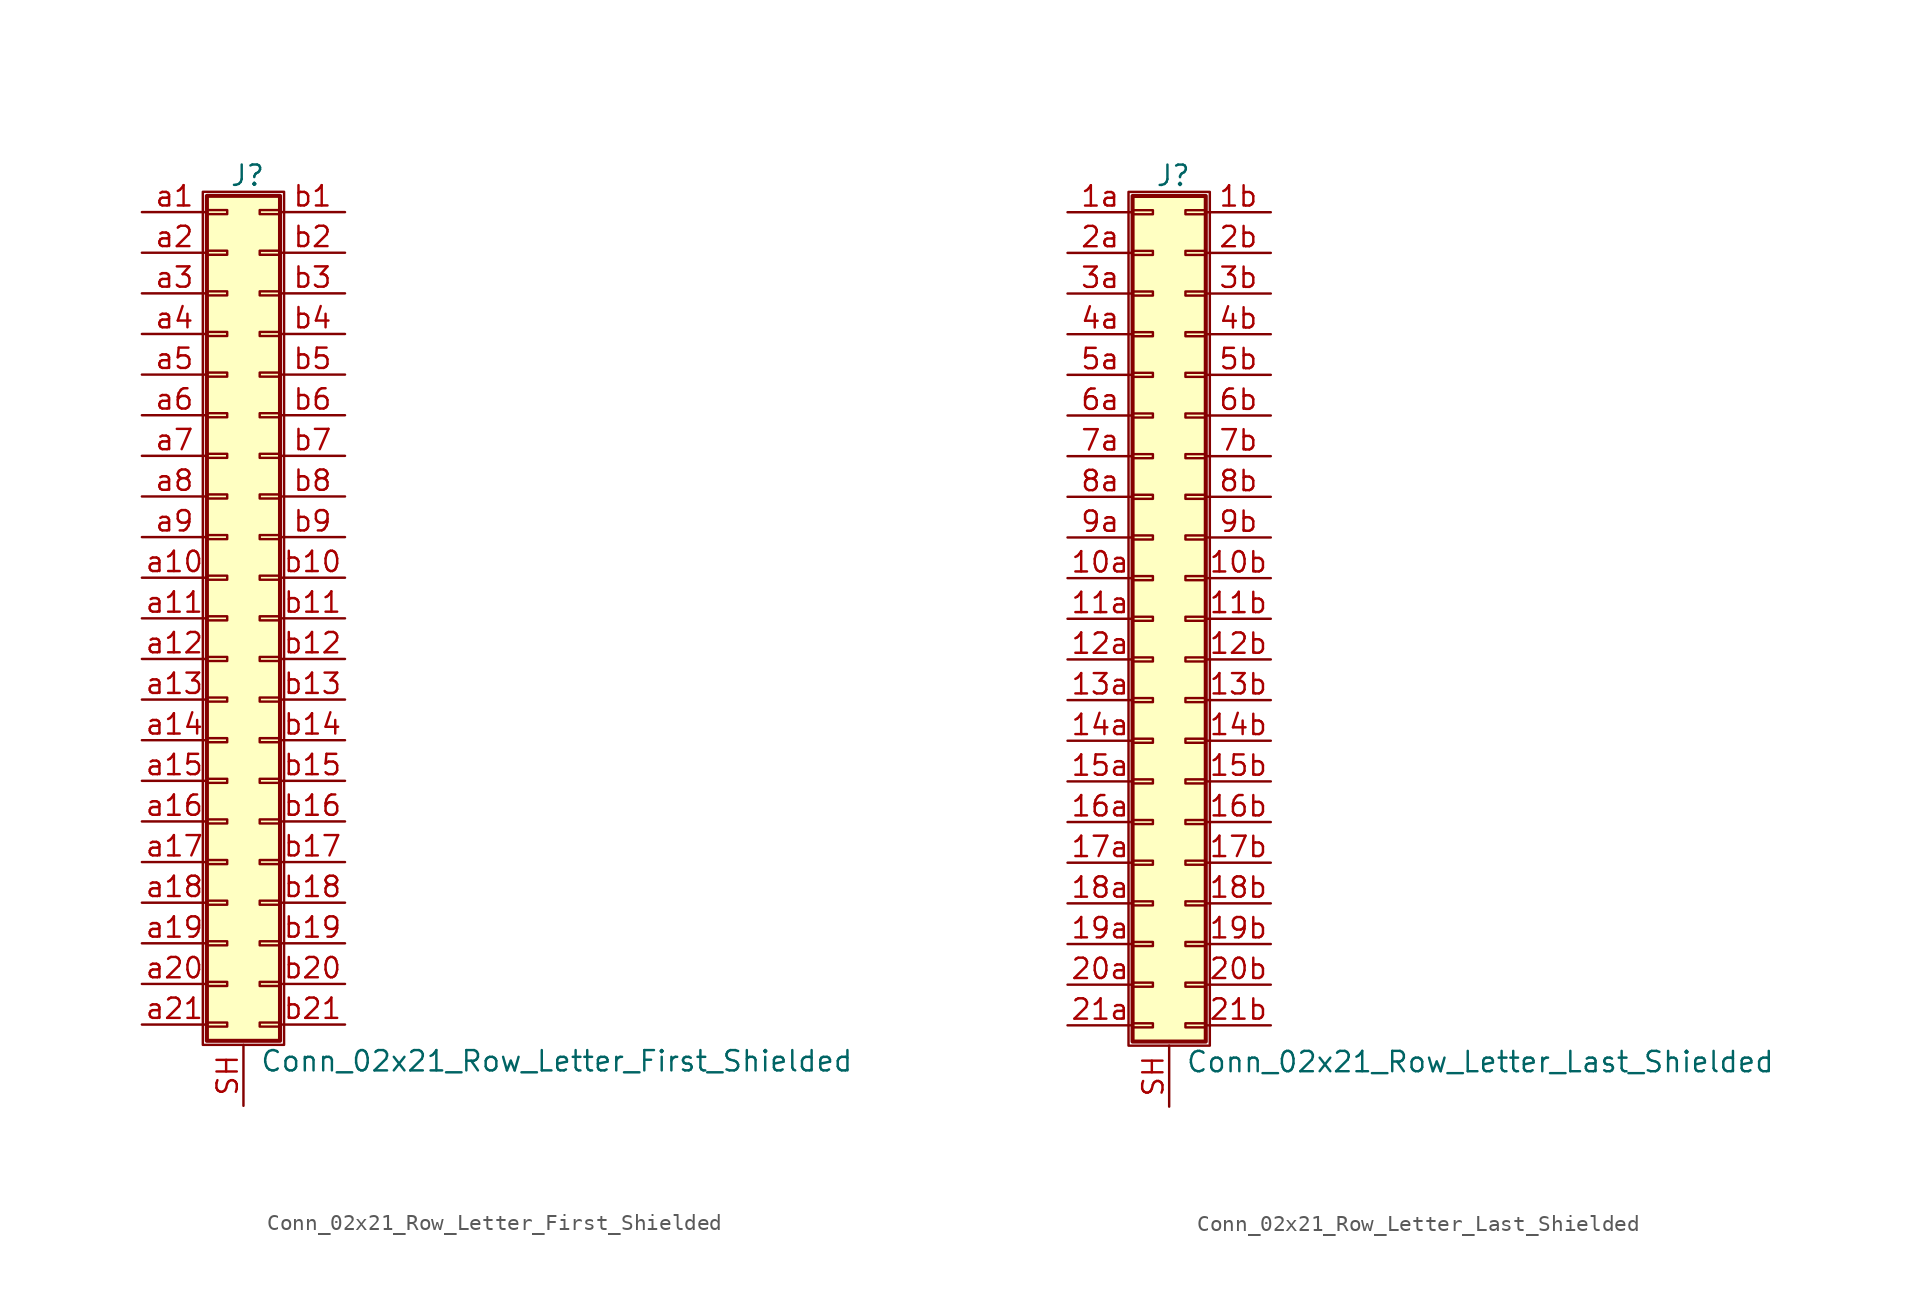
<source format=kicad_sym>
(kicad_symbol_lib
  (version 20201005)
  (generator kicad_symbol_editor)
  (symbol "Connector_Generic_Shielded:Conn_02x21_Row_Letter_First_Shielded"
    (pin_names
      (offset 1.016) hide)
    (property "Reference" "J"
      (at 1.524 27.686 0)
      (effects (font (size 1.27 1.27))))
    (property "Value" "Conn_02x21_Row_Letter_First_Shielded"
      (at 2.286 -27.686 0)
      (effects (font (size 1.27 1.27)) (justify left)))
    (symbol "Conn_02x21_Row_Letter_First_Shielded_1_1"
      (rectangle (start -1.016 -4.953) (end 0.254 -5.207) (stroke (width 0.152)) (fill (type none)))
      (rectangle (start -1.016 -7.493) (end 0.254 -7.747) (stroke (width 0.152)) (fill (type none)))
      (rectangle (start -1.016 -10.033) (end 0.254 -10.287) (stroke (width 0.152)) (fill (type none)))
      (rectangle (start -1.016 -12.573) (end 0.254 -12.827) (stroke (width 0.152)) (fill (type none)))
      (rectangle (start -1.016 -15.113) (end 0.254 -15.367) (stroke (width 0.152)) (fill (type none)))
      (rectangle (start -1.016 -17.653) (end 0.254 -17.907) (stroke (width 0.152)) (fill (type none)))
      (rectangle (start -1.016 -20.193) (end 0.254 -20.447) (stroke (width 0.152)) (fill (type none)))
      (rectangle (start -1.016 -22.733) (end 0.254 -22.987) (stroke (width 0.152)) (fill (type none)))
      (rectangle (start -1.016 -2.413) (end 0.254 -2.667) (stroke (width 0.152)) (fill (type none)))
      (rectangle (start -1.016 -25.273) (end 0.254 -25.527) (stroke (width 0.152)) (fill (type none)))
      (rectangle (start -1.016 25.527) (end 0.254 25.273) (stroke (width 0.152)) (fill (type none)))
      (rectangle (start -1.016 26.416) (end 3.556 -26.416) (stroke (width 0.254)) (fill (type background)))
      (rectangle (start -1.016 2.667) (end 0.254 2.413) (stroke (width 0.152)) (fill (type none)))
      (rectangle (start -1.016 5.207) (end 0.254 4.953) (stroke (width 0.152)) (fill (type none)))
      (rectangle (start -1.016 7.747) (end 0.254 7.493) (stroke (width 0.152)) (fill (type none)))
      (rectangle (start -1.016 10.287) (end 0.254 10.033) (stroke (width 0.152)) (fill (type none)))
      (rectangle (start -1.016 0.127) (end 0.254 -0.127) (stroke (width 0.152)) (fill (type none)))
      (rectangle (start -1.016 12.827) (end 0.254 12.573) (stroke (width 0.152)) (fill (type none)))
      (rectangle (start -1.016 15.367) (end 0.254 15.113) (stroke (width 0.152)) (fill (type none)))
      (rectangle (start -1.016 17.907) (end 0.254 17.653) (stroke (width 0.152)) (fill (type none)))
      (rectangle (start -1.016 20.447) (end 0.254 20.193) (stroke (width 0.152)) (fill (type none)))
      (rectangle (start -1.016 22.987) (end 0.254 22.733) (stroke (width 0.152)) (fill (type none)))
      (rectangle (start -1.27 26.67) (end 3.81 -26.67) (stroke (width 0.152)) (fill (type none)))
      (rectangle (start 3.556 -4.953) (end 2.286 -5.207) (stroke (width 0.152)) (fill (type none)))
      (rectangle (start 3.556 -7.493) (end 2.286 -7.747) (stroke (width 0.152)) (fill (type none)))
      (rectangle (start 3.556 -10.033) (end 2.286 -10.287) (stroke (width 0.152)) (fill (type none)))
      (rectangle (start 3.556 -12.573) (end 2.286 -12.827) (stroke (width 0.152)) (fill (type none)))
      (rectangle (start 3.556 -15.113) (end 2.286 -15.367) (stroke (width 0.152)) (fill (type none)))
      (rectangle (start 3.556 -17.653) (end 2.286 -17.907) (stroke (width 0.152)) (fill (type none)))
      (rectangle (start 3.556 -20.193) (end 2.286 -20.447) (stroke (width 0.152)) (fill (type none)))
      (rectangle (start 3.556 -22.733) (end 2.286 -22.987) (stroke (width 0.152)) (fill (type none)))
      (rectangle (start 3.556 -2.413) (end 2.286 -2.667) (stroke (width 0.152)) (fill (type none)))
      (rectangle (start 3.556 -25.273) (end 2.286 -25.527) (stroke (width 0.152)) (fill (type none)))
      (rectangle (start 3.556 25.527) (end 2.286 25.273) (stroke (width 0.152)) (fill (type none)))
      (rectangle (start 3.556 2.667) (end 2.286 2.413) (stroke (width 0.152)) (fill (type none)))
      (rectangle (start 3.556 5.207) (end 2.286 4.953) (stroke (width 0.152)) (fill (type none)))
      (rectangle (start 3.556 7.747) (end 2.286 7.493) (stroke (width 0.152)) (fill (type none)))
      (rectangle (start 3.556 10.287) (end 2.286 10.033) (stroke (width 0.152)) (fill (type none)))
      (rectangle (start 3.556 0.127) (end 2.286 -0.127) (stroke (width 0.152)) (fill (type none)))
      (rectangle (start 3.556 12.827) (end 2.286 12.573) (stroke (width 0.152)) (fill (type none)))
      (rectangle (start 3.556 15.367) (end 2.286 15.113) (stroke (width 0.152)) (fill (type none)))
      (rectangle (start 3.556 17.907) (end 2.286 17.653) (stroke (width 0.152)) (fill (type none)))
      (rectangle (start 3.556 20.447) (end 2.286 20.193) (stroke (width 0.152)) (fill (type none)))
      (rectangle (start 3.556 22.987) (end 2.286 22.733) (stroke (width 0.152)) (fill (type none)))
      (pin passive line (at -5.08 25.4 0) (length 4.064) (name "Pin_a1" (effects (font (size 1.27 1.27)))) (number "a1" (effects (font (size 1.27 1.27)))))
      (pin passive line (at -5.08 2.54 0) (length 4.064) (name "Pin_a10" (effects (font (size 1.27 1.27)))) (number "a10" (effects (font (size 1.27 1.27)))))
      (pin passive line (at -5.08 0 0) (length 4.064) (name "Pin_a11" (effects (font (size 1.27 1.27)))) (number "a11" (effects (font (size 1.27 1.27)))))
      (pin passive line (at -5.08 -2.54 0) (length 4.064) (name "Pin_a12" (effects (font (size 1.27 1.27)))) (number "a12" (effects (font (size 1.27 1.27)))))
      (pin passive line (at -5.08 -5.08 0) (length 4.064) (name "Pin_a13" (effects (font (size 1.27 1.27)))) (number "a13" (effects (font (size 1.27 1.27)))))
      (pin passive line (at -5.08 -7.62 0) (length 4.064) (name "Pin_a14" (effects (font (size 1.27 1.27)))) (number "a14" (effects (font (size 1.27 1.27)))))
      (pin passive line (at -5.08 -10.16 0) (length 4.064) (name "Pin_a15" (effects (font (size 1.27 1.27)))) (number "a15" (effects (font (size 1.27 1.27)))))
      (pin passive line (at -5.08 -12.7 0) (length 4.064) (name "Pin_a16" (effects (font (size 1.27 1.27)))) (number "a16" (effects (font (size 1.27 1.27)))))
      (pin passive line (at -5.08 -15.24 0) (length 4.064) (name "Pin_a17" (effects (font (size 1.27 1.27)))) (number "a17" (effects (font (size 1.27 1.27)))))
      (pin passive line (at -5.08 -17.78 0) (length 4.064) (name "Pin_a18" (effects (font (size 1.27 1.27)))) (number "a18" (effects (font (size 1.27 1.27)))))
      (pin passive line (at -5.08 -20.32 0) (length 4.064) (name "Pin_a19" (effects (font (size 1.27 1.27)))) (number "a19" (effects (font (size 1.27 1.27)))))
      (pin passive line (at -5.08 22.86 0) (length 4.064) (name "Pin_a2" (effects (font (size 1.27 1.27)))) (number "a2" (effects (font (size 1.27 1.27)))))
      (pin passive line (at -5.08 -22.86 0) (length 4.064) (name "Pin_a20" (effects (font (size 1.27 1.27)))) (number "a20" (effects (font (size 1.27 1.27)))))
      (pin passive line (at -5.08 -25.4 0) (length 4.064) (name "Pin_a21" (effects (font (size 1.27 1.27)))) (number "a21" (effects (font (size 1.27 1.27)))))
      (pin passive line (at -5.08 20.32 0) (length 4.064) (name "Pin_a3" (effects (font (size 1.27 1.27)))) (number "a3" (effects (font (size 1.27 1.27)))))
      (pin passive line (at -5.08 17.78 0) (length 4.064) (name "Pin_a4" (effects (font (size 1.27 1.27)))) (number "a4" (effects (font (size 1.27 1.27)))))
      (pin passive line (at -5.08 15.24 0) (length 4.064) (name "Pin_a5" (effects (font (size 1.27 1.27)))) (number "a5" (effects (font (size 1.27 1.27)))))
      (pin passive line (at -5.08 12.7 0) (length 4.064) (name "Pin_a6" (effects (font (size 1.27 1.27)))) (number "a6" (effects (font (size 1.27 1.27)))))
      (pin passive line (at -5.08 10.16 0) (length 4.064) (name "Pin_a7" (effects (font (size 1.27 1.27)))) (number "a7" (effects (font (size 1.27 1.27)))))
      (pin passive line (at -5.08 7.62 0) (length 4.064) (name "Pin_a8" (effects (font (size 1.27 1.27)))) (number "a8" (effects (font (size 1.27 1.27)))))
      (pin passive line (at -5.08 5.08 0) (length 4.064) (name "Pin_a9" (effects (font (size 1.27 1.27)))) (number "a9" (effects (font (size 1.27 1.27)))))
      (pin passive line (at 7.62 25.4 180) (length 4.064) (name "Pin_b1" (effects (font (size 1.27 1.27)))) (number "b1" (effects (font (size 1.27 1.27)))))
      (pin passive line (at 7.62 2.54 180) (length 4.064) (name "Pin_b10" (effects (font (size 1.27 1.27)))) (number "b10" (effects (font (size 1.27 1.27)))))
      (pin passive line (at 7.62 0 180) (length 4.064) (name "Pin_b11" (effects (font (size 1.27 1.27)))) (number "b11" (effects (font (size 1.27 1.27)))))
      (pin passive line (at 7.62 -2.54 180) (length 4.064) (name "Pin_b12" (effects (font (size 1.27 1.27)))) (number "b12" (effects (font (size 1.27 1.27)))))
      (pin passive line (at 7.62 -5.08 180) (length 4.064) (name "Pin_b13" (effects (font (size 1.27 1.27)))) (number "b13" (effects (font (size 1.27 1.27)))))
      (pin passive line (at 7.62 -7.62 180) (length 4.064) (name "Pin_b14" (effects (font (size 1.27 1.27)))) (number "b14" (effects (font (size 1.27 1.27)))))
      (pin passive line (at 7.62 -10.16 180) (length 4.064) (name "Pin_b15" (effects (font (size 1.27 1.27)))) (number "b15" (effects (font (size 1.27 1.27)))))
      (pin passive line (at 7.62 -12.7 180) (length 4.064) (name "Pin_b16" (effects (font (size 1.27 1.27)))) (number "b16" (effects (font (size 1.27 1.27)))))
      (pin passive line (at 7.62 -15.24 180) (length 4.064) (name "Pin_b17" (effects (font (size 1.27 1.27)))) (number "b17" (effects (font (size 1.27 1.27)))))
      (pin passive line (at 7.62 -17.78 180) (length 4.064) (name "Pin_b18" (effects (font (size 1.27 1.27)))) (number "b18" (effects (font (size 1.27 1.27)))))
      (pin passive line (at 7.62 -20.32 180) (length 4.064) (name "Pin_b19" (effects (font (size 1.27 1.27)))) (number "b19" (effects (font (size 1.27 1.27)))))
      (pin passive line (at 7.62 22.86 180) (length 4.064) (name "Pin_b2" (effects (font (size 1.27 1.27)))) (number "b2" (effects (font (size 1.27 1.27)))))
      (pin passive line (at 7.62 -22.86 180) (length 4.064) (name "Pin_b20" (effects (font (size 1.27 1.27)))) (number "b20" (effects (font (size 1.27 1.27)))))
      (pin passive line (at 7.62 -25.4 180) (length 4.064) (name "Pin_b21" (effects (font (size 1.27 1.27)))) (number "b21" (effects (font (size 1.27 1.27)))))
      (pin passive line (at 7.62 20.32 180) (length 4.064) (name "Pin_b3" (effects (font (size 1.27 1.27)))) (number "b3" (effects (font (size 1.27 1.27)))))
      (pin passive line (at 7.62 17.78 180) (length 4.064) (name "Pin_b4" (effects (font (size 1.27 1.27)))) (number "b4" (effects (font (size 1.27 1.27)))))
      (pin passive line (at 7.62 15.24 180) (length 4.064) (name "Pin_b5" (effects (font (size 1.27 1.27)))) (number "b5" (effects (font (size 1.27 1.27)))))
      (pin passive line (at 7.62 12.7 180) (length 4.064) (name "Pin_b6" (effects (font (size 1.27 1.27)))) (number "b6" (effects (font (size 1.27 1.27)))))
      (pin passive line (at 7.62 10.16 180) (length 4.064) (name "Pin_b7" (effects (font (size 1.27 1.27)))) (number "b7" (effects (font (size 1.27 1.27)))))
      (pin passive line (at 7.62 7.62 180) (length 4.064) (name "Pin_b8" (effects (font (size 1.27 1.27)))) (number "b8" (effects (font (size 1.27 1.27)))))
      (pin passive line (at 7.62 5.08 180) (length 4.064) (name "Pin_b9" (effects (font (size 1.27 1.27)))) (number "b9" (effects (font (size 1.27 1.27)))))
      (pin passive line (at 1.27 -30.48 90) (length 3.81) (name "Shield" (effects (font (size 1.27 1.27)))) (number "SH" (effects (font (size 1.27 1.27)))))))
  (symbol "Connector_Generic_Shielded:Conn_02x21_Row_Letter_Last_Shielded"
    (pin_names
      (offset 1.016) hide)
    (property "Reference" "J"
      (at 1.524 27.686 0)
      (effects (font (size 1.27 1.27))))
    (property "Value" "Conn_02x21_Row_Letter_Last_Shielded"
      (at 2.286 -27.686 0)
      (effects (font (size 1.27 1.27)) (justify left)))
    (symbol "Conn_02x21_Row_Letter_Last_Shielded_1_1"
      (rectangle (start -1.016 -4.953) (end 0.254 -5.207) (stroke (width 0.152)) (fill (type none)))
      (rectangle (start -1.016 -7.493) (end 0.254 -7.747) (stroke (width 0.152)) (fill (type none)))
      (rectangle (start -1.016 -10.033) (end 0.254 -10.287) (stroke (width 0.152)) (fill (type none)))
      (rectangle (start -1.016 -12.573) (end 0.254 -12.827) (stroke (width 0.152)) (fill (type none)))
      (rectangle (start -1.016 -15.113) (end 0.254 -15.367) (stroke (width 0.152)) (fill (type none)))
      (rectangle (start -1.016 -17.653) (end 0.254 -17.907) (stroke (width 0.152)) (fill (type none)))
      (rectangle (start -1.016 -20.193) (end 0.254 -20.447) (stroke (width 0.152)) (fill (type none)))
      (rectangle (start -1.016 -22.733) (end 0.254 -22.987) (stroke (width 0.152)) (fill (type none)))
      (rectangle (start -1.016 -2.413) (end 0.254 -2.667) (stroke (width 0.152)) (fill (type none)))
      (rectangle (start -1.016 -25.273) (end 0.254 -25.527) (stroke (width 0.152)) (fill (type none)))
      (rectangle (start -1.016 25.527) (end 0.254 25.273) (stroke (width 0.152)) (fill (type none)))
      (rectangle (start -1.016 26.416) (end 3.556 -26.416) (stroke (width 0.254)) (fill (type background)))
      (rectangle (start -1.016 2.667) (end 0.254 2.413) (stroke (width 0.152)) (fill (type none)))
      (rectangle (start -1.016 5.207) (end 0.254 4.953) (stroke (width 0.152)) (fill (type none)))
      (rectangle (start -1.016 7.747) (end 0.254 7.493) (stroke (width 0.152)) (fill (type none)))
      (rectangle (start -1.016 10.287) (end 0.254 10.033) (stroke (width 0.152)) (fill (type none)))
      (rectangle (start -1.016 0.127) (end 0.254 -0.127) (stroke (width 0.152)) (fill (type none)))
      (rectangle (start -1.016 12.827) (end 0.254 12.573) (stroke (width 0.152)) (fill (type none)))
      (rectangle (start -1.016 15.367) (end 0.254 15.113) (stroke (width 0.152)) (fill (type none)))
      (rectangle (start -1.016 17.907) (end 0.254 17.653) (stroke (width 0.152)) (fill (type none)))
      (rectangle (start -1.016 20.447) (end 0.254 20.193) (stroke (width 0.152)) (fill (type none)))
      (rectangle (start -1.016 22.987) (end 0.254 22.733) (stroke (width 0.152)) (fill (type none)))
      (rectangle (start -1.27 26.67) (end 3.81 -26.67) (stroke (width 0.152)) (fill (type none)))
      (rectangle (start 3.556 -4.953) (end 2.286 -5.207) (stroke (width 0.152)) (fill (type none)))
      (rectangle (start 3.556 -7.493) (end 2.286 -7.747) (stroke (width 0.152)) (fill (type none)))
      (rectangle (start 3.556 -10.033) (end 2.286 -10.287) (stroke (width 0.152)) (fill (type none)))
      (rectangle (start 3.556 -12.573) (end 2.286 -12.827) (stroke (width 0.152)) (fill (type none)))
      (rectangle (start 3.556 -15.113) (end 2.286 -15.367) (stroke (width 0.152)) (fill (type none)))
      (rectangle (start 3.556 -17.653) (end 2.286 -17.907) (stroke (width 0.152)) (fill (type none)))
      (rectangle (start 3.556 -20.193) (end 2.286 -20.447) (stroke (width 0.152)) (fill (type none)))
      (rectangle (start 3.556 -22.733) (end 2.286 -22.987) (stroke (width 0.152)) (fill (type none)))
      (rectangle (start 3.556 -2.413) (end 2.286 -2.667) (stroke (width 0.152)) (fill (type none)))
      (rectangle (start 3.556 -25.273) (end 2.286 -25.527) (stroke (width 0.152)) (fill (type none)))
      (rectangle (start 3.556 25.527) (end 2.286 25.273) (stroke (width 0.152)) (fill (type none)))
      (rectangle (start 3.556 2.667) (end 2.286 2.413) (stroke (width 0.152)) (fill (type none)))
      (rectangle (start 3.556 5.207) (end 2.286 4.953) (stroke (width 0.152)) (fill (type none)))
      (rectangle (start 3.556 7.747) (end 2.286 7.493) (stroke (width 0.152)) (fill (type none)))
      (rectangle (start 3.556 10.287) (end 2.286 10.033) (stroke (width 0.152)) (fill (type none)))
      (rectangle (start 3.556 0.127) (end 2.286 -0.127) (stroke (width 0.152)) (fill (type none)))
      (rectangle (start 3.556 12.827) (end 2.286 12.573) (stroke (width 0.152)) (fill (type none)))
      (rectangle (start 3.556 15.367) (end 2.286 15.113) (stroke (width 0.152)) (fill (type none)))
      (rectangle (start 3.556 17.907) (end 2.286 17.653) (stroke (width 0.152)) (fill (type none)))
      (rectangle (start 3.556 20.447) (end 2.286 20.193) (stroke (width 0.152)) (fill (type none)))
      (rectangle (start 3.556 22.987) (end 2.286 22.733) (stroke (width 0.152)) (fill (type none)))
      (pin passive line (at -5.08 2.54 0) (length 4.064) (name "Pin_10a" (effects (font (size 1.27 1.27)))) (number "10a" (effects (font (size 1.27 1.27)))))
      (pin passive line (at 7.62 2.54 180) (length 4.064) (name "Pin_10b" (effects (font (size 1.27 1.27)))) (number "10b" (effects (font (size 1.27 1.27)))))
      (pin passive line (at -5.08 0 0) (length 4.064) (name "Pin_11a" (effects (font (size 1.27 1.27)))) (number "11a" (effects (font (size 1.27 1.27)))))
      (pin passive line (at 7.62 0 180) (length 4.064) (name "Pin_11b" (effects (font (size 1.27 1.27)))) (number "11b" (effects (font (size 1.27 1.27)))))
      (pin passive line (at -5.08 -2.54 0) (length 4.064) (name "Pin_12a" (effects (font (size 1.27 1.27)))) (number "12a" (effects (font (size 1.27 1.27)))))
      (pin passive line (at 7.62 -2.54 180) (length 4.064) (name "Pin_12b" (effects (font (size 1.27 1.27)))) (number "12b" (effects (font (size 1.27 1.27)))))
      (pin passive line (at -5.08 -5.08 0) (length 4.064) (name "Pin_13a" (effects (font (size 1.27 1.27)))) (number "13a" (effects (font (size 1.27 1.27)))))
      (pin passive line (at 7.62 -5.08 180) (length 4.064) (name "Pin_13b" (effects (font (size 1.27 1.27)))) (number "13b" (effects (font (size 1.27 1.27)))))
      (pin passive line (at -5.08 -7.62 0) (length 4.064) (name "Pin_14a" (effects (font (size 1.27 1.27)))) (number "14a" (effects (font (size 1.27 1.27)))))
      (pin passive line (at 7.62 -7.62 180) (length 4.064) (name "Pin_14b" (effects (font (size 1.27 1.27)))) (number "14b" (effects (font (size 1.27 1.27)))))
      (pin passive line (at -5.08 -10.16 0) (length 4.064) (name "Pin_15a" (effects (font (size 1.27 1.27)))) (number "15a" (effects (font (size 1.27 1.27)))))
      (pin passive line (at 7.62 -10.16 180) (length 4.064) (name "Pin_15b" (effects (font (size 1.27 1.27)))) (number "15b" (effects (font (size 1.27 1.27)))))
      (pin passive line (at -5.08 -12.7 0) (length 4.064) (name "Pin_16a" (effects (font (size 1.27 1.27)))) (number "16a" (effects (font (size 1.27 1.27)))))
      (pin passive line (at 7.62 -12.7 180) (length 4.064) (name "Pin_16b" (effects (font (size 1.27 1.27)))) (number "16b" (effects (font (size 1.27 1.27)))))
      (pin passive line (at -5.08 -15.24 0) (length 4.064) (name "Pin_17a" (effects (font (size 1.27 1.27)))) (number "17a" (effects (font (size 1.27 1.27)))))
      (pin passive line (at 7.62 -15.24 180) (length 4.064) (name "Pin_17b" (effects (font (size 1.27 1.27)))) (number "17b" (effects (font (size 1.27 1.27)))))
      (pin passive line (at -5.08 -17.78 0) (length 4.064) (name "Pin_18a" (effects (font (size 1.27 1.27)))) (number "18a" (effects (font (size 1.27 1.27)))))
      (pin passive line (at 7.62 -17.78 180) (length 4.064) (name "Pin_18b" (effects (font (size 1.27 1.27)))) (number "18b" (effects (font (size 1.27 1.27)))))
      (pin passive line (at -5.08 -20.32 0) (length 4.064) (name "Pin_19a" (effects (font (size 1.27 1.27)))) (number "19a" (effects (font (size 1.27 1.27)))))
      (pin passive line (at 7.62 -20.32 180) (length 4.064) (name "Pin_19b" (effects (font (size 1.27 1.27)))) (number "19b" (effects (font (size 1.27 1.27)))))
      (pin passive line (at -5.08 25.4 0) (length 4.064) (name "Pin_1a" (effects (font (size 1.27 1.27)))) (number "1a" (effects (font (size 1.27 1.27)))))
      (pin passive line (at 7.62 25.4 180) (length 4.064) (name "Pin_1b" (effects (font (size 1.27 1.27)))) (number "1b" (effects (font (size 1.27 1.27)))))
      (pin passive line (at -5.08 -22.86 0) (length 4.064) (name "Pin_20a" (effects (font (size 1.27 1.27)))) (number "20a" (effects (font (size 1.27 1.27)))))
      (pin passive line (at 7.62 -22.86 180) (length 4.064) (name "Pin_20b" (effects (font (size 1.27 1.27)))) (number "20b" (effects (font (size 1.27 1.27)))))
      (pin passive line (at -5.08 -25.4 0) (length 4.064) (name "Pin_21a" (effects (font (size 1.27 1.27)))) (number "21a" (effects (font (size 1.27 1.27)))))
      (pin passive line (at 7.62 -25.4 180) (length 4.064) (name "Pin_21b" (effects (font (size 1.27 1.27)))) (number "21b" (effects (font (size 1.27 1.27)))))
      (pin passive line (at -5.08 22.86 0) (length 4.064) (name "Pin_2a" (effects (font (size 1.27 1.27)))) (number "2a" (effects (font (size 1.27 1.27)))))
      (pin passive line (at 7.62 22.86 180) (length 4.064) (name "Pin_2b" (effects (font (size 1.27 1.27)))) (number "2b" (effects (font (size 1.27 1.27)))))
      (pin passive line (at -5.08 20.32 0) (length 4.064) (name "Pin_3a" (effects (font (size 1.27 1.27)))) (number "3a" (effects (font (size 1.27 1.27)))))
      (pin passive line (at 7.62 20.32 180) (length 4.064) (name "Pin_3b" (effects (font (size 1.27 1.27)))) (number "3b" (effects (font (size 1.27 1.27)))))
      (pin passive line (at -5.08 17.78 0) (length 4.064) (name "Pin_4a" (effects (font (size 1.27 1.27)))) (number "4a" (effects (font (size 1.27 1.27)))))
      (pin passive line (at 7.62 17.78 180) (length 4.064) (name "Pin_4b" (effects (font (size 1.27 1.27)))) (number "4b" (effects (font (size 1.27 1.27)))))
      (pin passive line (at -5.08 15.24 0) (length 4.064) (name "Pin_5a" (effects (font (size 1.27 1.27)))) (number "5a" (effects (font (size 1.27 1.27)))))
      (pin passive line (at 7.62 15.24 180) (length 4.064) (name "Pin_5b" (effects (font (size 1.27 1.27)))) (number "5b" (effects (font (size 1.27 1.27)))))
      (pin passive line (at -5.08 12.7 0) (length 4.064) (name "Pin_6a" (effects (font (size 1.27 1.27)))) (number "6a" (effects (font (size 1.27 1.27)))))
      (pin passive line (at 7.62 12.7 180) (length 4.064) (name "Pin_6b" (effects (font (size 1.27 1.27)))) (number "6b" (effects (font (size 1.27 1.27)))))
      (pin passive line (at -5.08 10.16 0) (length 4.064) (name "Pin_7a" (effects (font (size 1.27 1.27)))) (number "7a" (effects (font (size 1.27 1.27)))))
      (pin passive line (at 7.62 10.16 180) (length 4.064) (name "Pin_7b" (effects (font (size 1.27 1.27)))) (number "7b" (effects (font (size 1.27 1.27)))))
      (pin passive line (at -5.08 7.62 0) (length 4.064) (name "Pin_8a" (effects (font (size 1.27 1.27)))) (number "8a" (effects (font (size 1.27 1.27)))))
      (pin passive line (at 7.62 7.62 180) (length 4.064) (name "Pin_8b" (effects (font (size 1.27 1.27)))) (number "8b" (effects (font (size 1.27 1.27)))))
      (pin passive line (at -5.08 5.08 0) (length 4.064) (name "Pin_9a" (effects (font (size 1.27 1.27)))) (number "9a" (effects (font (size 1.27 1.27)))))
      (pin passive line (at 7.62 5.08 180) (length 4.064) (name "Pin_9b" (effects (font (size 1.27 1.27)))) (number "9b" (effects (font (size 1.27 1.27)))))
      (pin passive line (at 1.27 -30.48 90) (length 3.81) (name "Shield" (effects (font (size 1.27 1.27)))) (number "SH" (effects (font (size 1.27 1.27))))))))
</source>
